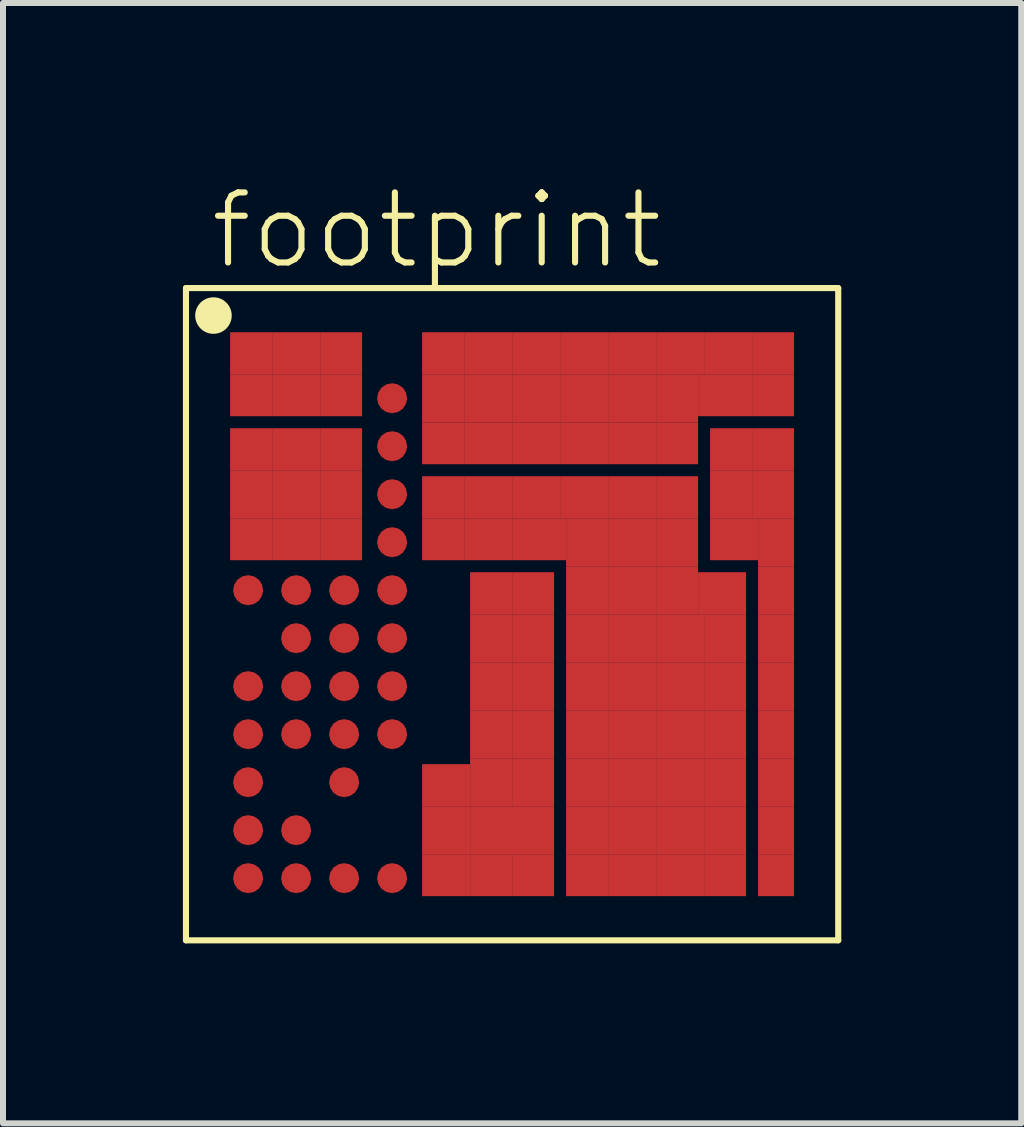
<source format=kicad_pcb>
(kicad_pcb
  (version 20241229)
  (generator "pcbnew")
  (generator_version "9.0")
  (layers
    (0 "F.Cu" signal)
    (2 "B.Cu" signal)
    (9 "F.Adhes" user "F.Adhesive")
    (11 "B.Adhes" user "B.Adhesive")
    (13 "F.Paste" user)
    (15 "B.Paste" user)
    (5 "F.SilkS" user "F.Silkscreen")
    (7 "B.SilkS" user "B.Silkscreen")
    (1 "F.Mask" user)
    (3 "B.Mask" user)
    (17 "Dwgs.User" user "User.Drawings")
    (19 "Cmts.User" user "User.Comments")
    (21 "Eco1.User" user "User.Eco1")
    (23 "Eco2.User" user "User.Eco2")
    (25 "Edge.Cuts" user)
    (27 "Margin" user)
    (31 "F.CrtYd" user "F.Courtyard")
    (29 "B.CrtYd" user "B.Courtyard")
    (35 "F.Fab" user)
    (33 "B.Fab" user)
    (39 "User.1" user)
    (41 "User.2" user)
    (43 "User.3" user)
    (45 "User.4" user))
  (footprint "footprint"
    (layer "F.Cu")
    (at 5.486 7.188)
    (property "Reference" "footprint" (at -5.08 -5.715 0) (layer "F.SilkS") (effects (font (size 1.168 1.168) (thickness 0.102)) (justify left bottom)))
    (fp_circle (center -4.4 -4.4) (end -4.3 -4.4) (stroke (width 0.2) (type solid)) (fill yes) (layer "F.Mask"))
    (fp_circle (center -4.4 -3.6) (end -4.3 -3.6) (stroke (width 0.2) (type solid)) (fill yes) (layer "F.Mask"))
    (fp_circle (center -4.4 -2.8) (end -4.3 -2.8) (stroke (width 0.2) (type solid)) (fill yes) (layer "F.Mask"))
    (fp_circle (center -4.4 -2) (end -4.3 -2) (stroke (width 0.2) (type solid)) (fill yes) (layer "F.Mask"))
    (fp_circle (center -4.4 -1.2) (end -4.3 -1.2) (stroke (width 0.2) (type solid)) (fill yes) (layer "F.Mask"))
    (fp_circle (center -4.4 -0.4) (end -4.3 -0.4) (stroke (width 0.2) (type solid)) (fill yes) (layer "F.Mask"))
    (fp_circle (center -4.4 1.2) (end -4.3 1.2) (stroke (width 0.2) (type solid)) (fill yes) (layer "F.Mask"))
    (fp_circle (center -4.4 2) (end -4.3 2) (stroke (width 0.2) (type solid)) (fill yes) (layer "F.Mask"))
    (fp_circle (center -4.4 2.8) (end -4.3 2.8) (stroke (width 0.2) (type solid)) (fill yes) (layer "F.Mask"))
    (fp_circle (center -4.4 3.6) (end -4.3 3.6) (stroke (width 0.2) (type solid)) (fill yes) (layer "F.Mask"))
    (fp_circle (center -4.4 4.4) (end -4.3 4.4) (stroke (width 0.2) (type solid)) (fill yes) (layer "F.Mask"))
    (fp_circle (center -3.6 -4.4) (end -3.5 -4.4) (stroke (width 0.2) (type solid)) (fill yes) (layer "F.Mask"))
    (fp_circle (center -3.6 -3.6) (end -3.5 -3.6) (stroke (width 0.2) (type solid)) (fill yes) (layer "F.Mask"))
    (fp_circle (center -3.6 -2.8) (end -3.5 -2.8) (stroke (width 0.2) (type solid)) (fill yes) (layer "F.Mask"))
    (fp_circle (center -3.6 -2) (end -3.5 -2) (stroke (width 0.2) (type solid)) (fill yes) (layer "F.Mask"))
    (fp_circle (center -3.6 -1.2) (end -3.5 -1.2) (stroke (width 0.2) (type solid)) (fill yes) (layer "F.Mask"))
    (fp_circle (center -3.6 -0.4) (end -3.5 -0.4) (stroke (width 0.2) (type solid)) (fill yes) (layer "F.Mask"))
    (fp_circle (center -3.6 0.4) (end -3.5 0.4) (stroke (width 0.2) (type solid)) (fill yes) (layer "F.Mask"))
    (fp_circle (center -3.6 1.2) (end -3.5 1.2) (stroke (width 0.2) (type solid)) (fill yes) (layer "F.Mask"))
    (fp_circle (center -3.6 2) (end -3.5 2) (stroke (width 0.2) (type solid)) (fill yes) (layer "F.Mask"))
    (fp_circle (center -3.6 3.6) (end -3.5 3.6) (stroke (width 0.2) (type solid)) (fill yes) (layer "F.Mask"))
    (fp_circle (center -3.6 4.4) (end -3.5 4.4) (stroke (width 0.2) (type solid)) (fill yes) (layer "F.Mask"))
    (fp_circle (center -2.8 -4.4) (end -2.7 -4.4) (stroke (width 0.2) (type solid)) (fill yes) (layer "F.Mask"))
    (fp_circle (center -2.8 -3.6) (end -2.7 -3.6) (stroke (width 0.2) (type solid)) (fill yes) (layer "F.Mask"))
    (fp_circle (center -2.8 -2.8) (end -2.7 -2.8) (stroke (width 0.2) (type solid)) (fill yes) (layer "F.Mask"))
    (fp_circle (center -2.8 -2) (end -2.7 -2) (stroke (width 0.2) (type solid)) (fill yes) (layer "F.Mask"))
    (fp_circle (center -2.8 -1.2) (end -2.7 -1.2) (stroke (width 0.2) (type solid)) (fill yes) (layer "F.Mask"))
    (fp_circle (center -2.8 -0.4) (end -2.7 -0.4) (stroke (width 0.2) (type solid)) (fill yes) (layer "F.Mask"))
    (fp_circle (center -2.8 0.4) (end -2.7 0.4) (stroke (width 0.2) (type solid)) (fill yes) (layer "F.Mask"))
    (fp_circle (center -2.8 1.2) (end -2.7 1.2) (stroke (width 0.2) (type solid)) (fill yes) (layer "F.Mask"))
    (fp_circle (center -2.8 2) (end -2.7 2) (stroke (width 0.2) (type solid)) (fill yes) (layer "F.Mask"))
    (fp_circle (center -2.8 2.8) (end -2.7 2.8) (stroke (width 0.2) (type solid)) (fill yes) (layer "F.Mask"))
    (fp_circle (center -2.8 4.4) (end -2.7 4.4) (stroke (width 0.2) (type solid)) (fill yes) (layer "F.Mask"))
    (fp_circle (center -2 -3.6) (end -1.9 -3.6) (stroke (width 0.2) (type solid)) (fill yes) (layer "F.Mask"))
    (fp_circle (center -2 -2.8) (end -1.9 -2.8) (stroke (width 0.2) (type solid)) (fill yes) (layer "F.Mask"))
    (fp_circle (center -2 -2) (end -1.9 -2) (stroke (width 0.2) (type solid)) (fill yes) (layer "F.Mask"))
    (fp_circle (center -2 -1.2) (end -1.9 -1.2) (stroke (width 0.2) (type solid)) (fill yes) (layer "F.Mask"))
    (fp_circle (center -2 -0.4) (end -1.9 -0.4) (stroke (width 0.2) (type solid)) (fill yes) (layer "F.Mask"))
    (fp_circle (center -2 0.4) (end -1.9 0.4) (stroke (width 0.2) (type solid)) (fill yes) (layer "F.Mask"))
    (fp_circle (center -2 1.2) (end -1.9 1.2) (stroke (width 0.2) (type solid)) (fill yes) (layer "F.Mask"))
    (fp_circle (center -2 2) (end -1.9 2) (stroke (width 0.2) (type solid)) (fill yes) (layer "F.Mask"))
    (fp_circle (center -2 4.4) (end -1.9 4.4) (stroke (width 0.2) (type solid)) (fill yes) (layer "F.Mask"))
    (fp_circle (center -1.2 -4.4) (end -1.1 -4.4) (stroke (width 0.2) (type solid)) (fill yes) (layer "F.Mask"))
    (fp_circle (center -1.2 -3.6) (end -1.1 -3.6) (stroke (width 0.2) (type solid)) (fill yes) (layer "F.Mask"))
    (fp_circle (center -1.2 -2.8) (end -1.1 -2.8) (stroke (width 0.2) (type solid)) (fill yes) (layer "F.Mask"))
    (fp_circle (center -1.2 -2) (end -1.1 -2) (stroke (width 0.2) (type solid)) (fill yes) (layer "F.Mask"))
    (fp_circle (center -1.2 -1.2) (end -1.1 -1.2) (stroke (width 0.2) (type solid)) (fill yes) (layer "F.Mask"))
    (fp_circle (center -1.2 2.8) (end -1.1 2.8) (stroke (width 0.2) (type solid)) (fill yes) (layer "F.Mask"))
    (fp_circle (center -1.2 3.6) (end -1.1 3.6) (stroke (width 0.2) (type solid)) (fill yes) (layer "F.Mask"))
    (fp_circle (center -1.2 4.4) (end -1.1 4.4) (stroke (width 0.2) (type solid)) (fill yes) (layer "F.Mask"))
    (fp_circle (center -0.4 -4.4) (end -0.3 -4.4) (stroke (width 0.2) (type solid)) (fill yes) (layer "F.Mask"))
    (fp_circle (center -0.4 -3.6) (end -0.3 -3.6) (stroke (width 0.2) (type solid)) (fill yes) (layer "F.Mask"))
    (fp_circle (center -0.4 -2.8) (end -0.3 -2.8) (stroke (width 0.2) (type solid)) (fill yes) (layer "F.Mask"))
    (fp_circle (center -0.4 -2) (end -0.3 -2) (stroke (width 0.2) (type solid)) (fill yes) (layer "F.Mask"))
    (fp_circle (center -0.4 -1.2) (end -0.3 -1.2) (stroke (width 0.2) (type solid)) (fill yes) (layer "F.Mask"))
    (fp_circle (center -0.4 -0.4) (end -0.3 -0.4) (stroke (width 0.2) (type solid)) (fill yes) (layer "F.Mask"))
    (fp_circle (center -0.4 0.4) (end -0.3 0.4) (stroke (width 0.2) (type solid)) (fill yes) (layer "F.Mask"))
    (fp_circle (center -0.4 1.2) (end -0.3 1.2) (stroke (width 0.2) (type solid)) (fill yes) (layer "F.Mask"))
    (fp_circle (center -0.4 2) (end -0.3 2) (stroke (width 0.2) (type solid)) (fill yes) (layer "F.Mask"))
    (fp_circle (center -0.4 2.8) (end -0.3 2.8) (stroke (width 0.2) (type solid)) (fill yes) (layer "F.Mask"))
    (fp_circle (center -0.4 3.6) (end -0.3 3.6) (stroke (width 0.2) (type solid)) (fill yes) (layer "F.Mask"))
    (fp_circle (center -0.4 4.4) (end -0.3 4.4) (stroke (width 0.2) (type solid)) (fill yes) (layer "F.Mask"))
    (fp_circle (center 0.4 -4.4) (end 0.5 -4.4) (stroke (width 0.2) (type solid)) (fill yes) (layer "F.Mask"))
    (fp_circle (center 0.4 -3.6) (end 0.5 -3.6) (stroke (width 0.2) (type solid)) (fill yes) (layer "F.Mask"))
    (fp_circle (center 0.4 -2.8) (end 0.5 -2.8) (stroke (width 0.2) (type solid)) (fill yes) (layer "F.Mask"))
    (fp_circle (center 0.4 -2) (end 0.5 -2) (stroke (width 0.2) (type solid)) (fill yes) (layer "F.Mask"))
    (fp_circle (center 0.4 -1.2) (end 0.5 -1.2) (stroke (width 0.2) (type solid)) (fill yes) (layer "F.Mask"))
    (fp_circle (center 0.4 -0.4) (end 0.5 -0.4) (stroke (width 0.2) (type solid)) (fill yes) (layer "F.Mask"))
    (fp_circle (center 0.4 0.4) (end 0.5 0.4) (stroke (width 0.2) (type solid)) (fill yes) (layer "F.Mask"))
    (fp_circle (center 0.4 1.2) (end 0.5 1.2) (stroke (width 0.2) (type solid)) (fill yes) (layer "F.Mask"))
    (fp_circle (center 0.4 2) (end 0.5 2) (stroke (width 0.2) (type solid)) (fill yes) (layer "F.Mask"))
    (fp_circle (center 0.4 2.8) (end 0.5 2.8) (stroke (width 0.2) (type solid)) (fill yes) (layer "F.Mask"))
    (fp_circle (center 0.4 4.4) (end 0.5 4.4) (stroke (width 0.2) (type solid)) (fill yes) (layer "F.Mask"))
    (fp_circle (center 1.2 -4.4) (end 1.3 -4.4) (stroke (width 0.2) (type solid)) (fill yes) (layer "F.Mask"))
    (fp_circle (center 1.2 -3.6) (end 1.3 -3.6) (stroke (width 0.2) (type solid)) (fill yes) (layer "F.Mask"))
    (fp_circle (center 1.2 -2.8) (end 1.3 -2.8) (stroke (width 0.2) (type solid)) (fill yes) (layer "F.Mask"))
    (fp_circle (center 1.2 -2) (end 1.3 -2) (stroke (width 0.2) (type solid)) (fill yes) (layer "F.Mask"))
    (fp_circle (center 1.2 -1.2) (end 1.3 -1.2) (stroke (width 0.2) (type solid)) (fill yes) (layer "F.Mask"))
    (fp_circle (center 1.2 -0.4) (end 1.3 -0.4) (stroke (width 0.2) (type solid)) (fill yes) (layer "F.Mask"))
    (fp_circle (center 1.2 0.4) (end 1.3 0.4) (stroke (width 0.2) (type solid)) (fill yes) (layer "F.Mask"))
    (fp_circle (center 1.2 1.2) (end 1.3 1.2) (stroke (width 0.2) (type solid)) (fill yes) (layer "F.Mask"))
    (fp_circle (center 1.2 2) (end 1.3 2) (stroke (width 0.2) (type solid)) (fill yes) (layer "F.Mask"))
    (fp_circle (center 1.2 2.8) (end 1.3 2.8) (stroke (width 0.2) (type solid)) (fill yes) (layer "F.Mask"))
    (fp_circle (center 1.2 3.6) (end 1.3 3.6) (stroke (width 0.2) (type solid)) (fill yes) (layer "F.Mask"))
    (fp_circle (center 1.2 4.4) (end 1.3 4.4) (stroke (width 0.2) (type solid)) (fill yes) (layer "F.Mask"))
    (fp_circle (center 2 -4.4) (end 2.1 -4.4) (stroke (width 0.2) (type solid)) (fill yes) (layer "F.Mask"))
    (fp_circle (center 2 -3.6) (end 2.1 -3.6) (stroke (width 0.2) (type solid)) (fill yes) (layer "F.Mask"))
    (fp_circle (center 2 -2.8) (end 2.1 -2.8) (stroke (width 0.2) (type solid)) (fill yes) (layer "F.Mask"))
    (fp_circle (center 2 -2) (end 2.1 -2) (stroke (width 0.2) (type solid)) (fill yes) (layer "F.Mask"))
    (fp_circle (center 2 -1.2) (end 2.1 -1.2) (stroke (width 0.2) (type solid)) (fill yes) (layer "F.Mask"))
    (fp_circle (center 2 -0.4) (end 2.1 -0.4) (stroke (width 0.2) (type solid)) (fill yes) (layer "F.Mask"))
    (fp_circle (center 2 0.4) (end 2.1 0.4) (stroke (width 0.2) (type solid)) (fill yes) (layer "F.Mask"))
    (fp_circle (center 2 1.2) (end 2.1 1.2) (stroke (width 0.2) (type solid)) (fill yes) (layer "F.Mask"))
    (fp_circle (center 2 2) (end 2.1 2) (stroke (width 0.2) (type solid)) (fill yes) (layer "F.Mask"))
    (fp_circle (center 2 2.8) (end 2.1 2.8) (stroke (width 0.2) (type solid)) (fill yes) (layer "F.Mask"))
    (fp_circle (center 2 3.6) (end 2.1 3.6) (stroke (width 0.2) (type solid)) (fill yes) (layer "F.Mask"))
    (fp_circle (center 2 4.4) (end 2.1 4.4) (stroke (width 0.2) (type solid)) (fill yes) (layer "F.Mask"))
    (fp_circle (center 2.8 -4.4) (end 2.9 -4.4) (stroke (width 0.2) (type solid)) (fill yes) (layer "F.Mask"))
    (fp_circle (center 2.8 -3.6) (end 2.9 -3.6) (stroke (width 0.2) (type solid)) (fill yes) (layer "F.Mask"))
    (fp_circle (center 2.8 -2.8) (end 2.9 -2.8) (stroke (width 0.2) (type solid)) (fill yes) (layer "F.Mask"))
    (fp_circle (center 2.8 -2) (end 2.9 -2) (stroke (width 0.2) (type solid)) (fill yes) (layer "F.Mask"))
    (fp_circle (center 2.8 -1.2) (end 2.9 -1.2) (stroke (width 0.2) (type solid)) (fill yes) (layer "F.Mask"))
    (fp_circle (center 2.8 -0.4) (end 2.9 -0.4) (stroke (width 0.2) (type solid)) (fill yes) (layer "F.Mask"))
    (fp_circle (center 2.8 0.4) (end 2.9 0.4) (stroke (width 0.2) (type solid)) (fill yes) (layer "F.Mask"))
    (fp_circle (center 2.8 1.2) (end 2.9 1.2) (stroke (width 0.2) (type solid)) (fill yes) (layer "F.Mask"))
    (fp_circle (center 2.8 2) (end 2.9 2) (stroke (width 0.2) (type solid)) (fill yes) (layer "F.Mask"))
    (fp_circle (center 2.8 2.8) (end 2.9 2.8) (stroke (width 0.2) (type solid)) (fill yes) (layer "F.Mask"))
    (fp_circle (center 2.8 3.6) (end 2.9 3.6) (stroke (width 0.2) (type solid)) (fill yes) (layer "F.Mask"))
    (fp_circle (center 2.8 4.4) (end 2.9 4.4) (stroke (width 0.2) (type solid)) (fill yes) (layer "F.Mask"))
    (fp_circle (center 3.6 -4.4) (end 3.7 -4.4) (stroke (width 0.2) (type solid)) (fill yes) (layer "F.Mask"))
    (fp_circle (center 3.6 -3.6) (end 3.7 -3.6) (stroke (width 0.2) (type solid)) (fill yes) (layer "F.Mask"))
    (fp_circle (center 3.6 -2.8) (end 3.7 -2.8) (stroke (width 0.2) (type solid)) (fill yes) (layer "F.Mask"))
    (fp_circle (center 3.6 -2) (end 3.7 -2) (stroke (width 0.2) (type solid)) (fill yes) (layer "F.Mask"))
    (fp_circle (center 3.6 -1.2) (end 3.7 -1.2) (stroke (width 0.2) (type solid)) (fill yes) (layer "F.Mask"))
    (fp_circle (center 3.6 -0.4) (end 3.7 -0.4) (stroke (width 0.2) (type solid)) (fill yes) (layer "F.Mask"))
    (fp_circle (center 3.6 0.4) (end 3.7 0.4) (stroke (width 0.2) (type solid)) (fill yes) (layer "F.Mask"))
    (fp_circle (center 3.6 1.2) (end 3.7 1.2) (stroke (width 0.2) (type solid)) (fill yes) (layer "F.Mask"))
    (fp_circle (center 3.6 2) (end 3.7 2) (stroke (width 0.2) (type solid)) (fill yes) (layer "F.Mask"))
    (fp_circle (center 3.6 2.8) (end 3.7 2.8) (stroke (width 0.2) (type solid)) (fill yes) (layer "F.Mask"))
    (fp_circle (center 3.6 3.6) (end 3.7 3.6) (stroke (width 0.2) (type solid)) (fill yes) (layer "F.Mask"))
    (fp_circle (center 3.6 4.4) (end 3.7 4.4) (stroke (width 0.2) (type solid)) (fill yes) (layer "F.Mask"))
    (fp_circle (center 4.4 -4.4) (end 4.5 -4.4) (stroke (width 0.2) (type solid)) (fill yes) (layer "F.Mask"))
    (fp_circle (center 4.4 -3.6) (end 4.5 -3.6) (stroke (width 0.2) (type solid)) (fill yes) (layer "F.Mask"))
    (fp_circle (center 4.4 -2.8) (end 4.5 -2.8) (stroke (width 0.2) (type solid)) (fill yes) (layer "F.Mask"))
    (fp_circle (center 4.4 -2) (end 4.5 -2) (stroke (width 0.2) (type solid)) (fill yes) (layer "F.Mask"))
    (fp_circle (center 4.4 -1.2) (end 4.5 -1.2) (stroke (width 0.2) (type solid)) (fill yes) (layer "F.Mask"))
    (fp_circle (center 4.4 -0.4) (end 4.5 -0.4) (stroke (width 0.2) (type solid)) (fill yes) (layer "F.Mask"))
    (fp_circle (center 4.4 0.4) (end 4.5 0.4) (stroke (width 0.2) (type solid)) (fill yes) (layer "F.Mask"))
    (fp_circle (center 4.4 1.2) (end 4.5 1.2) (stroke (width 0.2) (type solid)) (fill yes) (layer "F.Mask"))
    (fp_circle (center 4.4 2) (end 4.5 2) (stroke (width 0.2) (type solid)) (fill yes) (layer "F.Mask"))
    (fp_circle (center 4.4 2.8) (end 4.5 2.8) (stroke (width 0.2) (type solid)) (fill yes) (layer "F.Mask"))
    (fp_circle (center 4.4 3.6) (end 4.5 3.6) (stroke (width 0.2) (type solid)) (fill yes) (layer "F.Mask"))
    (fp_circle (center 4.4 4.4) (end 4.5 4.4) (stroke (width 0.2) (type solid)) (fill yes) (layer "F.Mask"))
    (fp_line (start -5.436 -5.436) (end 5.436 -5.436) (stroke (width 0.102) (type solid)) (layer "F.SilkS"))
    (fp_line (start -5.436 5.436) (end -5.436 -5.436) (stroke (width 0.102) (type solid)) (layer "F.SilkS"))
    (fp_line (start 5.436 -5.436) (end 5.436 5.436) (stroke (width 0.102) (type solid)) (layer "F.SilkS"))
    (fp_line (start 5.436 5.436) (end -5.436 5.436) (stroke (width 0.102) (type solid)) (layer "F.SilkS"))
    (fp_circle (center -4.978 -4.978) (end -4.826 -4.978) (stroke (width 0.305) (type solid)) (fill yes) (layer "F.SilkS"))
    (pad "A1" smd rect (at -4.35 -4.35) (size 0.7 0.7) (layers "F.Cu"))
    (pad "A2" smd rect (at -3.6 -4.35) (size 0.8 0.7) (layers "F.Cu"))
    (pad "A3" smd rect (at -2.85 -4.35) (size 0.7 0.7) (layers "F.Cu"))
    (pad "A5" smd rect (at -1.15 -4.35) (size 0.7 0.7) (layers "F.Cu"))
    (pad "A6" smd rect (at -0.4 -4.35) (size 0.8 0.7) (layers "F.Cu"))
    (pad "A7" smd rect (at 0.4 -4.35) (size 0.8 0.7) (layers "F.Cu"))
    (pad "A8" smd rect (at 1.2 -4.35) (size 0.8 0.7) (layers "F.Cu"))
    (pad "A9" smd rect (at 2 -4.35) (size 0.8 0.7) (layers "F.Cu"))
    (pad "A10" smd rect (at 2.8 -4.35) (size 0.8 0.7) (layers "F.Cu"))
    (pad "A11" smd rect (at 3.6 -4.35) (size 0.8 0.7) (layers "F.Cu"))
    (pad "A12" smd rect (at 4.35 -4.35) (size 0.7 0.7) (layers "F.Cu"))
    (pad "B1" smd rect (at -4.35 -3.65) (size 0.7 0.7) (layers "F.Cu"))
    (pad "B2" smd rect (at -3.6 -3.65) (size 0.8 0.7) (layers "F.Cu"))
    (pad "B3" smd rect (at -2.85 -3.65) (size 0.7 0.7) (layers "F.Cu"))
    (pad "B4" smd roundrect (at -2 -3.6) (size 0.5 0.5) (layers "F.Cu") (roundrect_rratio 0.5))
    (pad "B5" smd rect (at -1.15 -3.6) (size 0.7 0.8) (layers "F.Cu"))
    (pad "B6" smd rect (at -0.4 -3.6) (size 0.8 0.8) (layers "F.Cu"))
    (pad "B7" smd rect (at 0.4 -3.6) (size 0.8 0.8) (layers "F.Cu"))
    (pad "B8" smd rect (at 1.2 -3.6) (size 0.8 0.8) (layers "F.Cu"))
    (pad "B9" smd rect (at 2 -3.6) (size 0.8 0.8) (layers "F.Cu"))
    (pad "B10" smd rect (at 2.75 -3.6) (size 0.7 0.8) (layers "F.Cu"))
    (pad "B11" smd rect (at 3.55 -3.65) (size 0.9 0.7) (layers "F.Cu"))
    (pad "B12" smd rect (at 4.35 -3.65) (size 0.7 0.7) (layers "F.Cu"))
    (pad "C1" smd rect (at -4.35 -2.75) (size 0.7 0.7) (layers "F.Cu"))
    (pad "C2" smd rect (at -3.6 -2.75) (size 0.8 0.7) (layers "F.Cu"))
    (pad "C3" smd rect (at -2.85 -2.75) (size 0.7 0.7) (layers "F.Cu"))
    (pad "C4" smd roundrect (at -2 -2.8) (size 0.5 0.5) (layers "F.Cu") (roundrect_rratio 0.5))
    (pad "C5" smd rect (at -1.15 -2.85) (size 0.7 0.7) (layers "F.Cu"))
    (pad "C6" smd rect (at -0.4 -2.85) (size 0.8 0.7) (layers "F.Cu"))
    (pad "C7" smd rect (at 0.4 -2.85) (size 0.8 0.7) (layers "F.Cu"))
    (pad "C8" smd rect (at 1.2 -2.85) (size 0.8 0.7) (layers "F.Cu"))
    (pad "C9" smd rect (at 2 -2.85) (size 0.8 0.7) (layers "F.Cu"))
    (pad "C10" smd rect (at 2.75 -2.85) (size 0.7 0.7) (layers "F.Cu"))
    (pad "C11" smd rect (at 3.65 -2.75) (size 0.7 0.7) (layers "F.Cu"))
    (pad "C12" smd rect (at 4.35 -2.75) (size 0.7 0.7) (layers "F.Cu"))
    (pad "D1" smd rect (at -4.35 -2) (size 0.7 0.8) (layers "F.Cu"))
    (pad "D2" smd rect (at -3.6 -2) (size 0.8 0.8) (layers "F.Cu"))
    (pad "D3" smd rect (at -2.85 -2) (size 0.7 0.8) (layers "F.Cu"))
    (pad "D4" smd roundrect (at -2 -2) (size 0.5 0.5) (layers "F.Cu") (roundrect_rratio 0.5))
    (pad "D5" smd rect (at -1.15 -1.95) (size 0.7 0.7) (layers "F.Cu"))
    (pad "D6" smd rect (at -0.4 -1.95) (size 0.8 0.7) (layers "F.Cu"))
    (pad "D7" smd rect (at 0.4 -1.95) (size 0.8 0.7) (layers "F.Cu"))
    (pad "D8" smd rect (at 1.2 -1.95) (size 0.8 0.7) (layers "F.Cu"))
    (pad "D9" smd rect (at 2 -1.95) (size 0.8 0.7) (layers "F.Cu"))
    (pad "D10" smd rect (at 2.75 -1.95) (size 0.7 0.7) (layers "F.Cu"))
    (pad "D11" smd rect (at 3.65 -2) (size 0.7 0.8) (layers "F.Cu"))
    (pad "D12" smd rect (at 4.35 -2) (size 0.7 0.8) (layers "F.Cu"))
    (pad "E1" smd rect (at -4.35 -1.25) (size 0.7 0.7) (layers "F.Cu"))
    (pad "E2" smd rect (at -3.6 -1.25) (size 0.8 0.7) (layers "F.Cu"))
    (pad "E3" smd rect (at -2.85 -1.25) (size 0.7 0.7) (layers "F.Cu"))
    (pad "E4" smd roundrect (at -2 -1.2) (size 0.5 0.5) (layers "F.Cu") (roundrect_rratio 0.5))
    (pad "E5" smd rect (at -1.15 -1.25) (size 0.7 0.7) (layers "F.Cu"))
    (pad "E6" smd rect (at -0.4 -1.25) (size 0.8 0.7) (layers "F.Cu"))
    (pad "E7" smd rect (at 0.45 -1.25) (size 0.9 0.7) (layers "F.Cu"))
    (pad "E8" smd rect (at 1.25 -1.2) (size 0.7 0.8) (layers "F.Cu"))
    (pad "E9" smd rect (at 2 -1.2) (size 0.8 0.8) (layers "F.Cu"))
    (pad "E10" smd rect (at 2.75 -1.2) (size 0.7 0.8) (layers "F.Cu"))
    (pad "E11" smd rect (at 3.7 -1.25) (size 0.8 0.7) (layers "F.Cu"))
    (pad "E12" smd rect (at 4.4 -1.2) (size 0.6 0.8) (layers "F.Cu"))
    (pad "F1" smd roundrect (at -4.4 -0.4) (size 0.5 0.5) (layers "F.Cu") (roundrect_rratio 0.5))
    (pad "F2" smd roundrect (at -3.6 -0.4) (size 0.5 0.5) (layers "F.Cu") (roundrect_rratio 0.5))
    (pad "F3" smd roundrect (at -2.8 -0.4) (size 0.5 0.5) (layers "F.Cu") (roundrect_rratio 0.5))
    (pad "F4" smd roundrect (at -2 -0.4) (size 0.5 0.5) (layers "F.Cu") (roundrect_rratio 0.5))
    (pad "F6" smd rect (at -0.35 -0.35) (size 0.7 0.7) (layers "F.Cu"))
    (pad "F7" smd rect (at 0.35 -0.35) (size 0.7 0.7) (layers "F.Cu"))
    (pad "F8" smd rect (at 1.25 -0.4) (size 0.7 0.8) (layers "F.Cu"))
    (pad "F9" smd rect (at 2 -0.4) (size 0.8 0.8) (layers "F.Cu"))
    (pad "F10" smd rect (at 2.75 -0.4) (size 0.7 0.8) (layers "F.Cu"))
    (pad "F11" smd rect (at 3.5 -0.35) (size 0.8 0.7) (layers "F.Cu"))
    (pad "F12" smd rect (at 4.4 -0.4) (size 0.6 0.8) (layers "F.Cu"))
    (pad "G2" smd roundrect (at -3.6 0.4) (size 0.5 0.5) (layers "F.Cu") (roundrect_rratio 0.5))
    (pad "G3" smd roundrect (at -2.8 0.4) (size 0.5 0.5) (layers "F.Cu") (roundrect_rratio 0.5))
    (pad "G4" smd roundrect (at -2 0.4) (size 0.5 0.5) (layers "F.Cu") (roundrect_rratio 0.5))
    (pad "G6" smd rect (at -0.35 0.4) (size 0.7 0.8) (layers "F.Cu"))
    (pad "G7" smd rect (at 0.35 0.4) (size 0.7 0.8) (layers "F.Cu"))
    (pad "G8" smd rect (at 1.25 0.4) (size 0.7 0.8) (layers "F.Cu"))
    (pad "G9" smd rect (at 2 0.4) (size 0.8 0.8) (layers "F.Cu"))
    (pad "G10" smd rect (at 2.8 0.4) (size 0.8 0.8) (layers "F.Cu"))
    (pad "G11" smd rect (at 3.55 0.4) (size 0.7 0.8) (layers "F.Cu"))
    (pad "G12" smd rect (at 4.4 0.4) (size 0.6 0.8) (layers "F.Cu"))
    (pad "H1" smd roundrect (at -4.4 1.2) (size 0.5 0.5) (layers "F.Cu") (roundrect_rratio 0.5))
    (pad "H2" smd roundrect (at -3.6 1.2) (size 0.5 0.5) (layers "F.Cu") (roundrect_rratio 0.5))
    (pad "H3" smd roundrect (at -2.8 1.2) (size 0.5 0.5) (layers "F.Cu") (roundrect_rratio 0.5))
    (pad "H4" smd roundrect (at -2 1.2) (size 0.5 0.5) (layers "F.Cu") (roundrect_rratio 0.5))
    (pad "H6" smd rect (at -0.35 1.2) (size 0.7 0.8) (layers "F.Cu"))
    (pad "H7" smd rect (at 0.35 1.2) (size 0.7 0.8) (layers "F.Cu"))
    (pad "H8" smd rect (at 1.25 1.2) (size 0.7 0.8) (layers "F.Cu"))
    (pad "H9" smd rect (at 2 1.2) (size 0.8 0.8) (layers "F.Cu"))
    (pad "H10" smd rect (at 2.8 1.2) (size 0.8 0.8) (layers "F.Cu"))
    (pad "H11" smd rect (at 3.55 1.2) (size 0.7 0.8) (layers "F.Cu"))
    (pad "H12" smd rect (at 4.4 1.2) (size 0.6 0.8) (layers "F.Cu"))
    (pad "J1" smd roundrect (at -4.4 2) (size 0.5 0.5) (layers "F.Cu") (roundrect_rratio 0.5))
    (pad "J2" smd roundrect (at -3.6 2) (size 0.5 0.5) (layers "F.Cu") (roundrect_rratio 0.5))
    (pad "J3" smd roundrect (at -2.8 2) (size 0.5 0.5) (layers "F.Cu") (roundrect_rratio 0.5))
    (pad "J4" smd roundrect (at -2 2) (size 0.5 0.5) (layers "F.Cu") (roundrect_rratio 0.5))
    (pad "J6" smd rect (at -0.35 2) (size 0.7 0.8) (layers "F.Cu"))
    (pad "J7" smd rect (at 0.35 2) (size 0.7 0.8) (layers "F.Cu"))
    (pad "J8" smd rect (at 1.25 2) (size 0.7 0.8) (layers "F.Cu"))
    (pad "J9" smd rect (at 2 2) (size 0.8 0.8) (layers "F.Cu"))
    (pad "J10" smd rect (at 2.8 2) (size 0.8 0.8) (layers "F.Cu"))
    (pad "J11" smd rect (at 3.55 2) (size 0.7 0.8) (layers "F.Cu"))
    (pad "J12" smd rect (at 4.4 2) (size 0.6 0.8) (layers "F.Cu"))
    (pad "K1" smd roundrect (at -4.4 2.8) (size 0.5 0.5) (layers "F.Cu") (roundrect_rratio 0.5))
    (pad "K3" smd roundrect (at -2.8 2.8) (size 0.5 0.5) (layers "F.Cu") (roundrect_rratio 0.5))
    (pad "K5" smd rect (at -1.1 2.85) (size 0.8 0.7) (layers "F.Cu"))
    (pad "K6" smd rect (at -0.35 2.8) (size 0.7 0.8) (layers "F.Cu"))
    (pad "K7" smd rect (at 0.35 2.8) (size 0.7 0.8) (layers "F.Cu"))
    (pad "K8" smd rect (at 1.25 2.8) (size 0.7 0.8) (layers "F.Cu"))
    (pad "K9" smd rect (at 2 2.8) (size 0.8 0.8) (layers "F.Cu"))
    (pad "K10" smd rect (at 2.8 2.8) (size 0.8 0.8) (layers "F.Cu"))
    (pad "K11" smd rect (at 3.55 2.8) (size 0.7 0.8) (layers "F.Cu"))
    (pad "K12" smd rect (at 4.4 2.8) (size 0.6 0.8) (layers "F.Cu"))
    (pad "L1" smd roundrect (at -4.4 3.6) (size 0.5 0.5) (layers "F.Cu") (roundrect_rratio 0.5))
    (pad "L2" smd roundrect (at -3.6 3.6) (size 0.5 0.5) (layers "F.Cu") (roundrect_rratio 0.5))
    (pad "L5" smd rect (at -1.1 3.6) (size 0.8 0.8) (layers "F.Cu"))
    (pad "L6" smd rect (at 0 3.6) (size 1.4 0.8) (layers "F.Cu"))
    (pad "L8" smd rect (at 1.25 3.6) (size 0.7 0.8) (layers "F.Cu"))
    (pad "L9" smd rect (at 2 3.6) (size 0.8 0.8) (layers "F.Cu"))
    (pad "L10" smd rect (at 2.8 3.6) (size 0.8 0.8) (layers "F.Cu"))
    (pad "L11" smd rect (at 3.55 3.6) (size 0.7 0.8) (layers "F.Cu"))
    (pad "L12" smd rect (at 4.4 3.6) (size 0.6 0.8) (layers "F.Cu"))
    (pad "M1" smd roundrect (at -4.4 4.4) (size 0.5 0.5) (layers "F.Cu") (roundrect_rratio 0.5))
    (pad "M2" smd roundrect (at -3.6 4.4) (size 0.5 0.5) (layers "F.Cu") (roundrect_rratio 0.5))
    (pad "M3" smd roundrect (at -2.8 4.4) (size 0.5 0.5) (layers "F.Cu") (roundrect_rratio 0.5))
    (pad "M4" smd roundrect (at -2 4.4) (size 0.5 0.5) (layers "F.Cu") (roundrect_rratio 0.5))
    (pad "M5" smd rect (at -1.1 4.35) (size 0.8 0.7) (layers "F.Cu"))
    (pad "M6" smd rect (at -0.35 4.35) (size 0.7 0.7) (layers "F.Cu"))
    (pad "M7" smd rect (at 0.35 4.35) (size 0.7 0.7) (layers "F.Cu"))
    (pad "M8" smd rect (at 1.25 4.35) (size 0.7 0.7) (layers "F.Cu"))
    (pad "M9" smd rect (at 2 4.35) (size 0.8 0.7) (layers "F.Cu"))
    (pad "M10" smd rect (at 2.8 4.35) (size 0.8 0.7) (layers "F.Cu"))
    (pad "M11" smd rect (at 3.55 4.35) (size 0.7 0.7) (layers "F.Cu"))
    (pad "M12" smd rect (at 4.4 4.35) (size 0.6 0.7) (layers "F.Cu")))
  (gr_rect
    (start -3 -3)
    (end 13.973 15.675)
    (stroke (width 0.1) (type default))
    (fill no)
    (layer "Edge.Cuts")))
</source>
